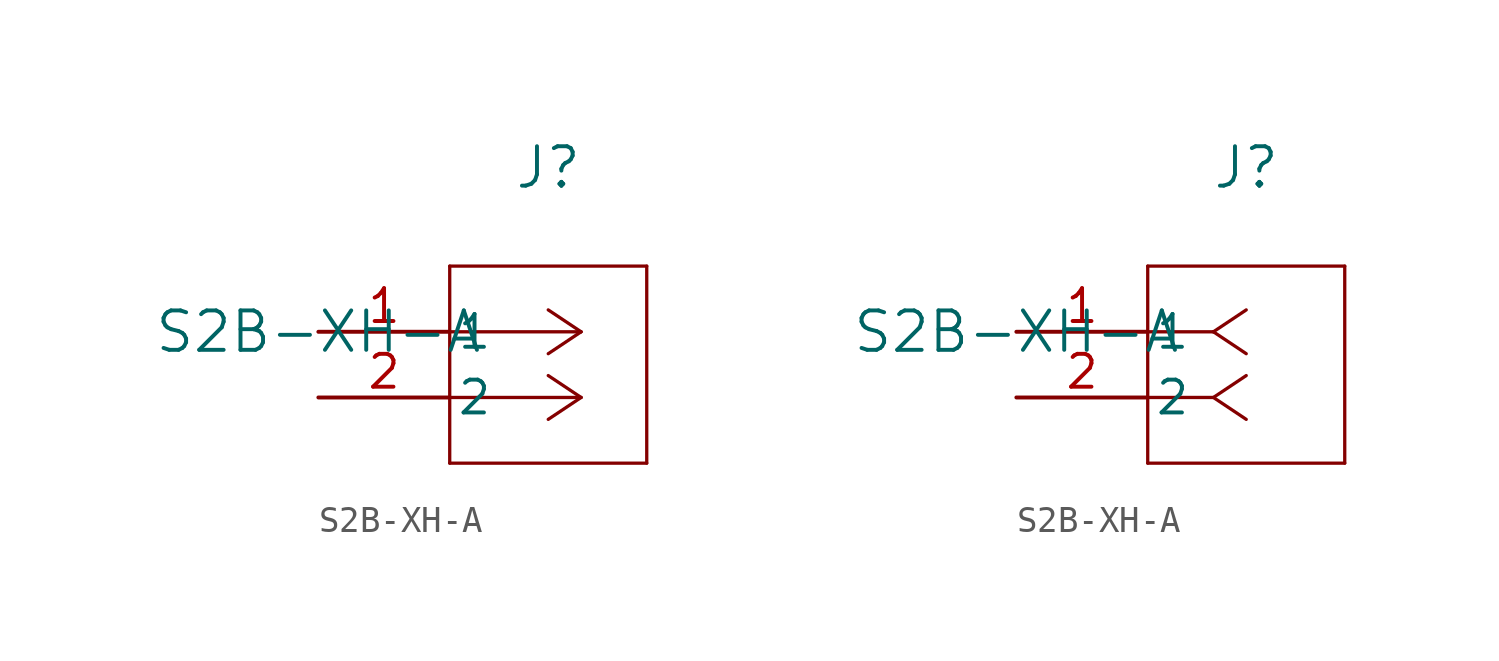
<source format=kicad_sym>
(kicad_symbol_lib
  (version 20211014)
  (generator kicad_symbol_editor)
  (symbol "S2B-XH-A"
    (pin_names
      (offset 0.254))
    (property "Reference" "J"
      (at 8.89 6.35 0)
      (effects (font (size 1.524 1.524))))
    (property "Value" "S2B-XH-A"
      (at 0 0 0)
      (effects (font (size 1.524 1.524))))
    (symbol "S2B-XH-A_1_1"
      (polyline (pts (xy 10.16 0) (xy 5.08 0)) (stroke (width 0.127) (type default) (color 0 0 0 0)) (fill (type none)))
      (polyline (pts (xy 10.16 -2.54) (xy 5.08 -2.54)) (stroke (width 0.127) (type default) (color 0 0 0 0)) (fill (type none)))
      (polyline (pts (xy 10.16 0) (xy 8.89 0.847)) (stroke (width 0.127) (type default) (color 0 0 0 0)) (fill (type none)))
      (polyline (pts (xy 10.16 -2.54) (xy 8.89 -1.693)) (stroke (width 0.127) (type default) (color 0 0 0 0)) (fill (type none)))
      (polyline (pts (xy 10.16 0) (xy 8.89 -0.847)) (stroke (width 0.127) (type default) (color 0 0 0 0)) (fill (type none)))
      (polyline (pts (xy 10.16 -2.54) (xy 8.89 -3.387)) (stroke (width 0.127) (type default) (color 0 0 0 0)) (fill (type none)))
      (polyline (pts (xy 5.08 2.54) (xy 5.08 -5.08)) (stroke (width 0.127) (type default) (color 0 0 0 0)) (fill (type none)))
      (polyline (pts (xy 5.08 -5.08) (xy 12.7 -5.08)) (stroke (width 0.127) (type default) (color 0 0 0 0)) (fill (type none)))
      (polyline (pts (xy 12.7 -5.08) (xy 12.7 2.54)) (stroke (width 0.127) (type default) (color 0 0 0 0)) (fill (type none)))
      (polyline (pts (xy 12.7 2.54) (xy 5.08 2.54)) (stroke (width 0.127) (type default) (color 0 0 0 0)) (fill (type none)))
      (pin unspecified line (at 0 0 0) (length 5.08) (name "1" (effects (font (size 1.27 1.27)))) (number "1" (effects (font (size 1.27 1.27)))))
      (pin unspecified line (at 0 -2.54 0) (length 5.08) (name "2" (effects (font (size 1.27 1.27)))) (number "2" (effects (font (size 1.27 1.27))))))
    (symbol "S2B-XH-A_1_2"
      (polyline (pts (xy 7.62 0) (xy 5.08 0)) (stroke (width 0.127) (type default) (color 0 0 0 0)) (fill (type none)))
      (polyline (pts (xy 7.62 -2.54) (xy 5.08 -2.54)) (stroke (width 0.127) (type default) (color 0 0 0 0)) (fill (type none)))
      (polyline (pts (xy 7.62 0) (xy 8.89 0.847)) (stroke (width 0.127) (type default) (color 0 0 0 0)) (fill (type none)))
      (polyline (pts (xy 7.62 -2.54) (xy 8.89 -1.693)) (stroke (width 0.127) (type default) (color 0 0 0 0)) (fill (type none)))
      (polyline (pts (xy 7.62 0) (xy 8.89 -0.847)) (stroke (width 0.127) (type default) (color 0 0 0 0)) (fill (type none)))
      (polyline (pts (xy 7.62 -2.54) (xy 8.89 -3.387)) (stroke (width 0.127) (type default) (color 0 0 0 0)) (fill (type none)))
      (polyline (pts (xy 5.08 2.54) (xy 5.08 -5.08)) (stroke (width 0.127) (type default) (color 0 0 0 0)) (fill (type none)))
      (polyline (pts (xy 5.08 -5.08) (xy 12.7 -5.08)) (stroke (width 0.127) (type default) (color 0 0 0 0)) (fill (type none)))
      (polyline (pts (xy 12.7 -5.08) (xy 12.7 2.54)) (stroke (width 0.127) (type default) (color 0 0 0 0)) (fill (type none)))
      (polyline (pts (xy 12.7 2.54) (xy 5.08 2.54)) (stroke (width 0.127) (type default) (color 0 0 0 0)) (fill (type none)))
      (pin unspecified line (at 0 0 0) (length 5.08) (name "1" (effects (font (size 1.27 1.27)))) (number "1" (effects (font (size 1.27 1.27)))))
      (pin unspecified line (at 0 -2.54 0) (length 5.08) (name "2" (effects (font (size 1.27 1.27)))) (number "2" (effects (font (size 1.27 1.27))))))))
</source>
